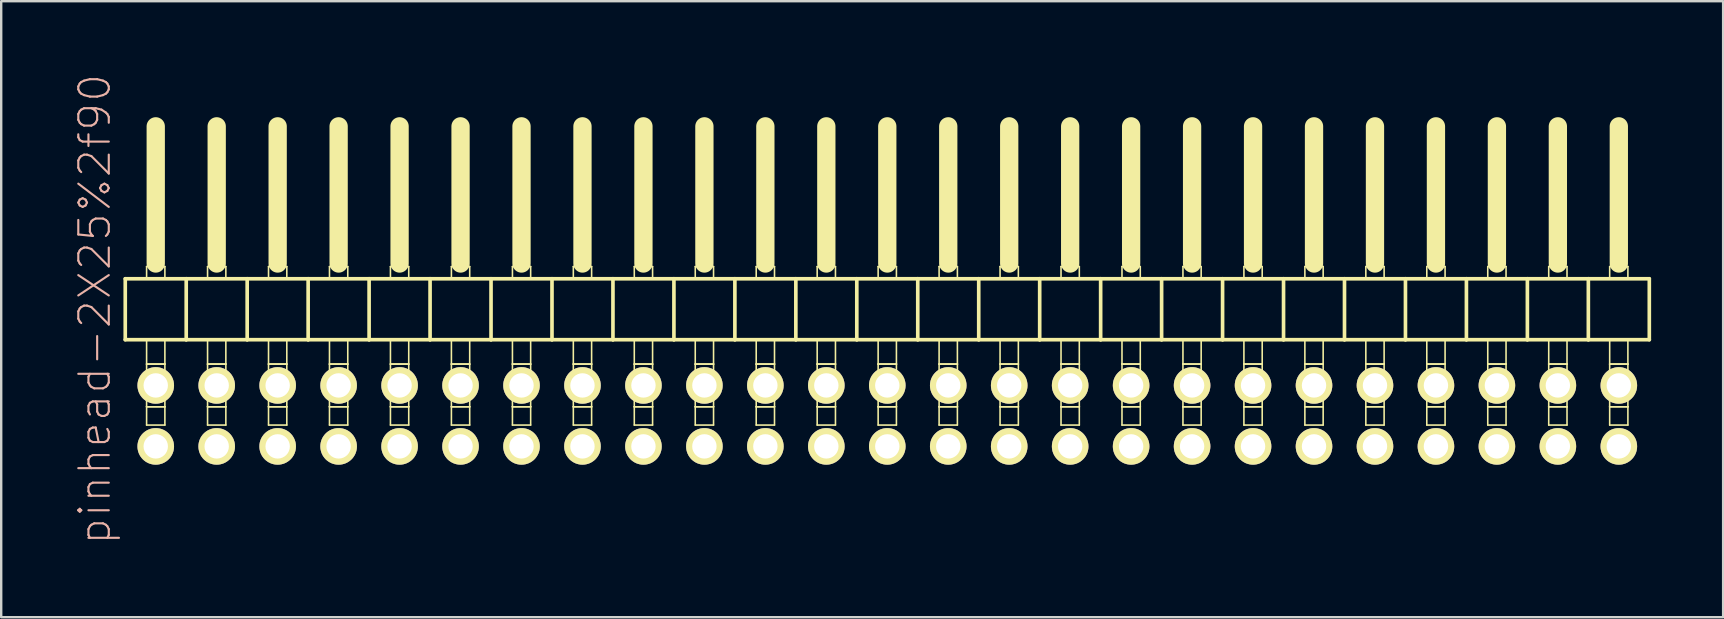
<source format=kicad_pcb>
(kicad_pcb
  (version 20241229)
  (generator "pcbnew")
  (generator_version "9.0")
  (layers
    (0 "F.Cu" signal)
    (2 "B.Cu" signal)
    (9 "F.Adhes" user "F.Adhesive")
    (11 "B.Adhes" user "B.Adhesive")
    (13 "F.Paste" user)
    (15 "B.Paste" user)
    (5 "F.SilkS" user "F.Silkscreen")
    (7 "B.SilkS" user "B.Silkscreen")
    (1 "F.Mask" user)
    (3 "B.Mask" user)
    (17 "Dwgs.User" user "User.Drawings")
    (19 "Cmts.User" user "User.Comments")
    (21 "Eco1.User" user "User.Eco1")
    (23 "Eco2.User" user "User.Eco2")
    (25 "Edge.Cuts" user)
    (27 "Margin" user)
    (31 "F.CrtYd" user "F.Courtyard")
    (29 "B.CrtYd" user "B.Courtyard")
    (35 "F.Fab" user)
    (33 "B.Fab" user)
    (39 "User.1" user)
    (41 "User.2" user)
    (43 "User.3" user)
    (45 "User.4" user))
  (footprint "pinhead-2X25%2f90"
    (layer "F.Cu")
    (at 32.649 9.199)
    (property "Reference" "pinhead-2X25%2f90" (at -31.75 0.635 90) (layer "B.SilkS") (effects (font (size 1.27 1.27) (thickness 0.089))))
    (attr exclude_from_pos_files exclude_from_bom)
    (fp_line (start -30.48 -0.635) (end -30.48 1.905) (stroke (width 0.152) (type solid)) (layer "F.SilkS"))
    (fp_line (start -30.48 1.905) (end -27.94 1.905) (stroke (width 0.152) (type solid)) (layer "F.SilkS"))
    (fp_line (start -29.591 -1.143) (end -28.829 -1.143) (stroke (width 0.066) (type solid)) (layer "F.SilkS"))
    (fp_line (start -29.591 -0.635) (end -29.591 -1.143) (stroke (width 0.066) (type solid)) (layer "F.SilkS"))
    (fp_line (start -29.591 -0.635) (end -28.829 -0.635) (stroke (width 0.066) (type solid)) (layer "F.SilkS"))
    (fp_line (start -29.591 1.905) (end -28.829 1.905) (stroke (width 0.066) (type solid)) (layer "F.SilkS"))
    (fp_line (start -29.591 2.921) (end -29.591 1.905) (stroke (width 0.066) (type solid)) (layer "F.SilkS"))
    (fp_line (start -29.591 2.921) (end -28.829 2.921) (stroke (width 0.066) (type solid)) (layer "F.SilkS"))
    (fp_line (start -29.591 2.921) (end -28.829 2.921) (stroke (width 0.066) (type solid)) (layer "F.SilkS"))
    (fp_line (start -29.591 4.699) (end -29.591 2.921) (stroke (width 0.066) (type solid)) (layer "F.SilkS"))
    (fp_line (start -29.591 4.699) (end -28.829 4.699) (stroke (width 0.066) (type solid)) (layer "F.SilkS"))
    (fp_line (start -29.591 4.699) (end -28.829 4.699) (stroke (width 0.066) (type solid)) (layer "F.SilkS"))
    (fp_line (start -29.591 5.461) (end -29.591 4.699) (stroke (width 0.066) (type solid)) (layer "F.SilkS"))
    (fp_line (start -29.591 5.461) (end -28.829 5.461) (stroke (width 0.066) (type solid)) (layer "F.SilkS"))
    (fp_line (start -29.21 -6.985) (end -29.21 -1.27) (stroke (width 0.762) (type solid)) (layer "F.SilkS"))
    (fp_line (start -28.829 -0.635) (end -28.829 -1.143) (stroke (width 0.066) (type solid)) (layer "F.SilkS"))
    (fp_line (start -28.829 2.921) (end -28.829 1.905) (stroke (width 0.066) (type solid)) (layer "F.SilkS"))
    (fp_line (start -28.829 4.699) (end -28.829 2.921) (stroke (width 0.066) (type solid)) (layer "F.SilkS"))
    (fp_line (start -28.829 5.461) (end -28.829 4.699) (stroke (width 0.066) (type solid)) (layer "F.SilkS"))
    (fp_line (start -27.94 -0.635) (end -30.48 -0.635) (stroke (width 0.152) (type solid)) (layer "F.SilkS"))
    (fp_line (start -27.94 1.905) (end -27.94 -0.635) (stroke (width 0.152) (type solid)) (layer "F.SilkS"))
    (fp_line (start -27.94 1.905) (end -25.4 1.905) (stroke (width 0.152) (type solid)) (layer "F.SilkS"))
    (fp_line (start -27.051 -1.143) (end -26.289 -1.143) (stroke (width 0.066) (type solid)) (layer "F.SilkS"))
    (fp_line (start -27.051 -0.635) (end -27.051 -1.143) (stroke (width 0.066) (type solid)) (layer "F.SilkS"))
    (fp_line (start -27.051 -0.635) (end -26.289 -0.635) (stroke (width 0.066) (type solid)) (layer "F.SilkS"))
    (fp_line (start -27.051 1.905) (end -26.289 1.905) (stroke (width 0.066) (type solid)) (layer "F.SilkS"))
    (fp_line (start -27.051 2.921) (end -27.051 1.905) (stroke (width 0.066) (type solid)) (layer "F.SilkS"))
    (fp_line (start -27.051 2.921) (end -26.289 2.921) (stroke (width 0.066) (type solid)) (layer "F.SilkS"))
    (fp_line (start -27.051 2.921) (end -26.289 2.921) (stroke (width 0.066) (type solid)) (layer "F.SilkS"))
    (fp_line (start -27.051 4.699) (end -27.051 2.921) (stroke (width 0.066) (type solid)) (layer "F.SilkS"))
    (fp_line (start -27.051 4.699) (end -26.289 4.699) (stroke (width 0.066) (type solid)) (layer "F.SilkS"))
    (fp_line (start -27.051 4.699) (end -26.289 4.699) (stroke (width 0.066) (type solid)) (layer "F.SilkS"))
    (fp_line (start -27.051 5.461) (end -27.051 4.699) (stroke (width 0.066) (type solid)) (layer "F.SilkS"))
    (fp_line (start -27.051 5.461) (end -26.289 5.461) (stroke (width 0.066) (type solid)) (layer "F.SilkS"))
    (fp_line (start -26.67 -6.985) (end -26.67 -1.27) (stroke (width 0.762) (type solid)) (layer "F.SilkS"))
    (fp_line (start -26.289 -0.635) (end -26.289 -1.143) (stroke (width 0.066) (type solid)) (layer "F.SilkS"))
    (fp_line (start -26.289 2.921) (end -26.289 1.905) (stroke (width 0.066) (type solid)) (layer "F.SilkS"))
    (fp_line (start -26.289 4.699) (end -26.289 2.921) (stroke (width 0.066) (type solid)) (layer "F.SilkS"))
    (fp_line (start -26.289 5.461) (end -26.289 4.699) (stroke (width 0.066) (type solid)) (layer "F.SilkS"))
    (fp_line (start -25.4 -0.635) (end -27.94 -0.635) (stroke (width 0.152) (type solid)) (layer "F.SilkS"))
    (fp_line (start -25.4 1.905) (end -25.4 -0.635) (stroke (width 0.152) (type solid)) (layer "F.SilkS"))
    (fp_line (start -25.4 1.905) (end -22.86 1.905) (stroke (width 0.152) (type solid)) (layer "F.SilkS"))
    (fp_line (start -24.511 -1.143) (end -23.749 -1.143) (stroke (width 0.066) (type solid)) (layer "F.SilkS"))
    (fp_line (start -24.511 -0.635) (end -24.511 -1.143) (stroke (width 0.066) (type solid)) (layer "F.SilkS"))
    (fp_line (start -24.511 -0.635) (end -23.749 -0.635) (stroke (width 0.066) (type solid)) (layer "F.SilkS"))
    (fp_line (start -24.511 1.905) (end -23.749 1.905) (stroke (width 0.066) (type solid)) (layer "F.SilkS"))
    (fp_line (start -24.511 2.921) (end -24.511 1.905) (stroke (width 0.066) (type solid)) (layer "F.SilkS"))
    (fp_line (start -24.511 2.921) (end -23.749 2.921) (stroke (width 0.066) (type solid)) (layer "F.SilkS"))
    (fp_line (start -24.511 2.921) (end -23.749 2.921) (stroke (width 0.066) (type solid)) (layer "F.SilkS"))
    (fp_line (start -24.511 4.699) (end -24.511 2.921) (stroke (width 0.066) (type solid)) (layer "F.SilkS"))
    (fp_line (start -24.511 4.699) (end -23.749 4.699) (stroke (width 0.066) (type solid)) (layer "F.SilkS"))
    (fp_line (start -24.511 4.699) (end -23.749 4.699) (stroke (width 0.066) (type solid)) (layer "F.SilkS"))
    (fp_line (start -24.511 5.461) (end -24.511 4.699) (stroke (width 0.066) (type solid)) (layer "F.SilkS"))
    (fp_line (start -24.511 5.461) (end -23.749 5.461) (stroke (width 0.066) (type solid)) (layer "F.SilkS"))
    (fp_line (start -24.13 -6.985) (end -24.13 -1.27) (stroke (width 0.762) (type solid)) (layer "F.SilkS"))
    (fp_line (start -23.749 -0.635) (end -23.749 -1.143) (stroke (width 0.066) (type solid)) (layer "F.SilkS"))
    (fp_line (start -23.749 2.921) (end -23.749 1.905) (stroke (width 0.066) (type solid)) (layer "F.SilkS"))
    (fp_line (start -23.749 4.699) (end -23.749 2.921) (stroke (width 0.066) (type solid)) (layer "F.SilkS"))
    (fp_line (start -23.749 5.461) (end -23.749 4.699) (stroke (width 0.066) (type solid)) (layer "F.SilkS"))
    (fp_line (start -22.86 -0.635) (end -25.4 -0.635) (stroke (width 0.152) (type solid)) (layer "F.SilkS"))
    (fp_line (start -22.86 1.905) (end -22.86 -0.635) (stroke (width 0.152) (type solid)) (layer "F.SilkS"))
    (fp_line (start -22.86 1.905) (end -20.32 1.905) (stroke (width 0.152) (type solid)) (layer "F.SilkS"))
    (fp_line (start -21.971 -1.143) (end -21.209 -1.143) (stroke (width 0.066) (type solid)) (layer "F.SilkS"))
    (fp_line (start -21.971 -0.635) (end -21.971 -1.143) (stroke (width 0.066) (type solid)) (layer "F.SilkS"))
    (fp_line (start -21.971 -0.635) (end -21.209 -0.635) (stroke (width 0.066) (type solid)) (layer "F.SilkS"))
    (fp_line (start -21.971 1.905) (end -21.209 1.905) (stroke (width 0.066) (type solid)) (layer "F.SilkS"))
    (fp_line (start -21.971 2.921) (end -21.971 1.905) (stroke (width 0.066) (type solid)) (layer "F.SilkS"))
    (fp_line (start -21.971 2.921) (end -21.209 2.921) (stroke (width 0.066) (type solid)) (layer "F.SilkS"))
    (fp_line (start -21.971 2.921) (end -21.209 2.921) (stroke (width 0.066) (type solid)) (layer "F.SilkS"))
    (fp_line (start -21.971 4.699) (end -21.971 2.921) (stroke (width 0.066) (type solid)) (layer "F.SilkS"))
    (fp_line (start -21.971 4.699) (end -21.209 4.699) (stroke (width 0.066) (type solid)) (layer "F.SilkS"))
    (fp_line (start -21.971 4.699) (end -21.209 4.699) (stroke (width 0.066) (type solid)) (layer "F.SilkS"))
    (fp_line (start -21.971 5.461) (end -21.971 4.699) (stroke (width 0.066) (type solid)) (layer "F.SilkS"))
    (fp_line (start -21.971 5.461) (end -21.209 5.461) (stroke (width 0.066) (type solid)) (layer "F.SilkS"))
    (fp_line (start -21.59 -6.985) (end -21.59 -1.27) (stroke (width 0.762) (type solid)) (layer "F.SilkS"))
    (fp_line (start -21.209 -0.635) (end -21.209 -1.143) (stroke (width 0.066) (type solid)) (layer "F.SilkS"))
    (fp_line (start -21.209 2.921) (end -21.209 1.905) (stroke (width 0.066) (type solid)) (layer "F.SilkS"))
    (fp_line (start -21.209 4.699) (end -21.209 2.921) (stroke (width 0.066) (type solid)) (layer "F.SilkS"))
    (fp_line (start -21.209 5.461) (end -21.209 4.699) (stroke (width 0.066) (type solid)) (layer "F.SilkS"))
    (fp_line (start -20.32 -0.635) (end -22.86 -0.635) (stroke (width 0.152) (type solid)) (layer "F.SilkS"))
    (fp_line (start -20.32 1.905) (end -20.32 -0.635) (stroke (width 0.152) (type solid)) (layer "F.SilkS"))
    (fp_line (start -20.32 1.905) (end -17.78 1.905) (stroke (width 0.152) (type solid)) (layer "F.SilkS"))
    (fp_line (start -19.431 -1.143) (end -18.669 -1.143) (stroke (width 0.066) (type solid)) (layer "F.SilkS"))
    (fp_line (start -19.431 -0.635) (end -19.431 -1.143) (stroke (width 0.066) (type solid)) (layer "F.SilkS"))
    (fp_line (start -19.431 -0.635) (end -18.669 -0.635) (stroke (width 0.066) (type solid)) (layer "F.SilkS"))
    (fp_line (start -19.431 1.905) (end -18.669 1.905) (stroke (width 0.066) (type solid)) (layer "F.SilkS"))
    (fp_line (start -19.431 2.921) (end -19.431 1.905) (stroke (width 0.066) (type solid)) (layer "F.SilkS"))
    (fp_line (start -19.431 2.921) (end -18.669 2.921) (stroke (width 0.066) (type solid)) (layer "F.SilkS"))
    (fp_line (start -19.431 2.921) (end -18.669 2.921) (stroke (width 0.066) (type solid)) (layer "F.SilkS"))
    (fp_line (start -19.431 4.699) (end -19.431 2.921) (stroke (width 0.066) (type solid)) (layer "F.SilkS"))
    (fp_line (start -19.431 4.699) (end -18.669 4.699) (stroke (width 0.066) (type solid)) (layer "F.SilkS"))
    (fp_line (start -19.431 4.699) (end -18.669 4.699) (stroke (width 0.066) (type solid)) (layer "F.SilkS"))
    (fp_line (start -19.431 5.461) (end -19.431 4.699) (stroke (width 0.066) (type solid)) (layer "F.SilkS"))
    (fp_line (start -19.431 5.461) (end -18.669 5.461) (stroke (width 0.066) (type solid)) (layer "F.SilkS"))
    (fp_line (start -19.05 -6.985) (end -19.05 -1.27) (stroke (width 0.762) (type solid)) (layer "F.SilkS"))
    (fp_line (start -18.669 -0.635) (end -18.669 -1.143) (stroke (width 0.066) (type solid)) (layer "F.SilkS"))
    (fp_line (start -18.669 2.921) (end -18.669 1.905) (stroke (width 0.066) (type solid)) (layer "F.SilkS"))
    (fp_line (start -18.669 4.699) (end -18.669 2.921) (stroke (width 0.066) (type solid)) (layer "F.SilkS"))
    (fp_line (start -18.669 5.461) (end -18.669 4.699) (stroke (width 0.066) (type solid)) (layer "F.SilkS"))
    (fp_line (start -17.78 -0.635) (end -20.32 -0.635) (stroke (width 0.152) (type solid)) (layer "F.SilkS"))
    (fp_line (start -17.78 1.905) (end -17.78 -0.635) (stroke (width 0.152) (type solid)) (layer "F.SilkS"))
    (fp_line (start -17.78 1.905) (end -15.24 1.905) (stroke (width 0.152) (type solid)) (layer "F.SilkS"))
    (fp_line (start -16.891 -1.143) (end -16.129 -1.143) (stroke (width 0.066) (type solid)) (layer "F.SilkS"))
    (fp_line (start -16.891 -0.635) (end -16.891 -1.143) (stroke (width 0.066) (type solid)) (layer "F.SilkS"))
    (fp_line (start -16.891 -0.635) (end -16.129 -0.635) (stroke (width 0.066) (type solid)) (layer "F.SilkS"))
    (fp_line (start -16.891 1.905) (end -16.129 1.905) (stroke (width 0.066) (type solid)) (layer "F.SilkS"))
    (fp_line (start -16.891 2.921) (end -16.891 1.905) (stroke (width 0.066) (type solid)) (layer "F.SilkS"))
    (fp_line (start -16.891 2.921) (end -16.129 2.921) (stroke (width 0.066) (type solid)) (layer "F.SilkS"))
    (fp_line (start -16.891 2.921) (end -16.129 2.921) (stroke (width 0.066) (type solid)) (layer "F.SilkS"))
    (fp_line (start -16.891 4.699) (end -16.891 2.921) (stroke (width 0.066) (type solid)) (layer "F.SilkS"))
    (fp_line (start -16.891 4.699) (end -16.129 4.699) (stroke (width 0.066) (type solid)) (layer "F.SilkS"))
    (fp_line (start -16.891 4.699) (end -16.129 4.699) (stroke (width 0.066) (type solid)) (layer "F.SilkS"))
    (fp_line (start -16.891 5.461) (end -16.891 4.699) (stroke (width 0.066) (type solid)) (layer "F.SilkS"))
    (fp_line (start -16.891 5.461) (end -16.129 5.461) (stroke (width 0.066) (type solid)) (layer "F.SilkS"))
    (fp_line (start -16.51 -6.985) (end -16.51 -1.27) (stroke (width 0.762) (type solid)) (layer "F.SilkS"))
    (fp_line (start -16.129 -0.635) (end -16.129 -1.143) (stroke (width 0.066) (type solid)) (layer "F.SilkS"))
    (fp_line (start -16.129 2.921) (end -16.129 1.905) (stroke (width 0.066) (type solid)) (layer "F.SilkS"))
    (fp_line (start -16.129 4.699) (end -16.129 2.921) (stroke (width 0.066) (type solid)) (layer "F.SilkS"))
    (fp_line (start -16.129 5.461) (end -16.129 4.699) (stroke (width 0.066) (type solid)) (layer "F.SilkS"))
    (fp_line (start -15.24 -0.635) (end -17.78 -0.635) (stroke (width 0.152) (type solid)) (layer "F.SilkS"))
    (fp_line (start -15.24 1.905) (end -15.24 -0.635) (stroke (width 0.152) (type solid)) (layer "F.SilkS"))
    (fp_line (start -15.24 1.905) (end -12.7 1.905) (stroke (width 0.152) (type solid)) (layer "F.SilkS"))
    (fp_line (start -14.348 -1.143) (end -13.589 -1.143) (stroke (width 0.066) (type solid)) (layer "F.SilkS"))
    (fp_line (start -14.348 -0.635) (end -14.348 -1.143) (stroke (width 0.066) (type solid)) (layer "F.SilkS"))
    (fp_line (start -14.348 -0.635) (end -13.589 -0.635) (stroke (width 0.066) (type solid)) (layer "F.SilkS"))
    (fp_line (start -14.348 1.905) (end -13.589 1.905) (stroke (width 0.066) (type solid)) (layer "F.SilkS"))
    (fp_line (start -14.348 2.921) (end -14.348 1.905) (stroke (width 0.066) (type solid)) (layer "F.SilkS"))
    (fp_line (start -14.348 2.921) (end -13.589 2.921) (stroke (width 0.066) (type solid)) (layer "F.SilkS"))
    (fp_line (start -14.348 2.921) (end -13.589 2.921) (stroke (width 0.066) (type solid)) (layer "F.SilkS"))
    (fp_line (start -14.348 4.699) (end -14.348 2.921) (stroke (width 0.066) (type solid)) (layer "F.SilkS"))
    (fp_line (start -14.348 4.699) (end -13.589 4.699) (stroke (width 0.066) (type solid)) (layer "F.SilkS"))
    (fp_line (start -14.348 4.699) (end -13.589 4.699) (stroke (width 0.066) (type solid)) (layer "F.SilkS"))
    (fp_line (start -14.348 5.461) (end -14.348 4.699) (stroke (width 0.066) (type solid)) (layer "F.SilkS"))
    (fp_line (start -14.348 5.461) (end -13.589 5.461) (stroke (width 0.066) (type solid)) (layer "F.SilkS"))
    (fp_line (start -13.97 -6.985) (end -13.97 -1.27) (stroke (width 0.762) (type solid)) (layer "F.SilkS"))
    (fp_line (start -13.589 -0.635) (end -13.589 -1.143) (stroke (width 0.066) (type solid)) (layer "F.SilkS"))
    (fp_line (start -13.589 2.921) (end -13.589 1.905) (stroke (width 0.066) (type solid)) (layer "F.SilkS"))
    (fp_line (start -13.589 4.699) (end -13.589 2.921) (stroke (width 0.066) (type solid)) (layer "F.SilkS"))
    (fp_line (start -13.589 5.461) (end -13.589 4.699) (stroke (width 0.066) (type solid)) (layer "F.SilkS"))
    (fp_line (start -12.7 -0.635) (end -15.24 -0.635) (stroke (width 0.152) (type solid)) (layer "F.SilkS"))
    (fp_line (start -12.7 1.905) (end -12.7 -0.635) (stroke (width 0.152) (type solid)) (layer "F.SilkS"))
    (fp_line (start -12.7 1.905) (end -10.16 1.905) (stroke (width 0.152) (type solid)) (layer "F.SilkS"))
    (fp_line (start -11.811 -1.143) (end -11.049 -1.143) (stroke (width 0.066) (type solid)) (layer "F.SilkS"))
    (fp_line (start -11.811 -0.635) (end -11.811 -1.143) (stroke (width 0.066) (type solid)) (layer "F.SilkS"))
    (fp_line (start -11.811 -0.635) (end -11.049 -0.635) (stroke (width 0.066) (type solid)) (layer "F.SilkS"))
    (fp_line (start -11.811 1.905) (end -11.049 1.905) (stroke (width 0.066) (type solid)) (layer "F.SilkS"))
    (fp_line (start -11.811 2.921) (end -11.811 1.905) (stroke (width 0.066) (type solid)) (layer "F.SilkS"))
    (fp_line (start -11.811 2.921) (end -11.049 2.921) (stroke (width 0.066) (type solid)) (layer "F.SilkS"))
    (fp_line (start -11.811 2.921) (end -11.049 2.921) (stroke (width 0.066) (type solid)) (layer "F.SilkS"))
    (fp_line (start -11.811 4.699) (end -11.811 2.921) (stroke (width 0.066) (type solid)) (layer "F.SilkS"))
    (fp_line (start -11.811 4.699) (end -11.049 4.699) (stroke (width 0.066) (type solid)) (layer "F.SilkS"))
    (fp_line (start -11.811 4.699) (end -11.049 4.699) (stroke (width 0.066) (type solid)) (layer "F.SilkS"))
    (fp_line (start -11.811 5.461) (end -11.811 4.699) (stroke (width 0.066) (type solid)) (layer "F.SilkS"))
    (fp_line (start -11.811 5.461) (end -11.049 5.461) (stroke (width 0.066) (type solid)) (layer "F.SilkS"))
    (fp_line (start -11.43 -6.985) (end -11.43 -1.27) (stroke (width 0.762) (type solid)) (layer "F.SilkS"))
    (fp_line (start -11.049 -0.635) (end -11.049 -1.143) (stroke (width 0.066) (type solid)) (layer "F.SilkS"))
    (fp_line (start -11.049 2.921) (end -11.049 1.905) (stroke (width 0.066) (type solid)) (layer "F.SilkS"))
    (fp_line (start -11.049 4.699) (end -11.049 2.921) (stroke (width 0.066) (type solid)) (layer "F.SilkS"))
    (fp_line (start -11.049 5.461) (end -11.049 4.699) (stroke (width 0.066) (type solid)) (layer "F.SilkS"))
    (fp_line (start -10.16 -0.635) (end -12.7 -0.635) (stroke (width 0.152) (type solid)) (layer "F.SilkS"))
    (fp_line (start -10.16 1.905) (end -10.16 -0.635) (stroke (width 0.152) (type solid)) (layer "F.SilkS"))
    (fp_line (start -10.16 1.905) (end -7.62 1.905) (stroke (width 0.152) (type solid)) (layer "F.SilkS"))
    (fp_line (start -9.271 -1.143) (end -8.509 -1.143) (stroke (width 0.066) (type solid)) (layer "F.SilkS"))
    (fp_line (start -9.271 -0.635) (end -9.271 -1.143) (stroke (width 0.066) (type solid)) (layer "F.SilkS"))
    (fp_line (start -9.271 -0.635) (end -8.509 -0.635) (stroke (width 0.066) (type solid)) (layer "F.SilkS"))
    (fp_line (start -9.271 1.905) (end -8.509 1.905) (stroke (width 0.066) (type solid)) (layer "F.SilkS"))
    (fp_line (start -9.271 2.921) (end -9.271 1.905) (stroke (width 0.066) (type solid)) (layer "F.SilkS"))
    (fp_line (start -9.271 2.921) (end -8.509 2.921) (stroke (width 0.066) (type solid)) (layer "F.SilkS"))
    (fp_line (start -9.271 2.921) (end -8.509 2.921) (stroke (width 0.066) (type solid)) (layer "F.SilkS"))
    (fp_line (start -9.271 4.699) (end -9.271 2.921) (stroke (width 0.066) (type solid)) (layer "F.SilkS"))
    (fp_line (start -9.271 4.699) (end -8.509 4.699) (stroke (width 0.066) (type solid)) (layer "F.SilkS"))
    (fp_line (start -9.271 4.699) (end -8.509 4.699) (stroke (width 0.066) (type solid)) (layer "F.SilkS"))
    (fp_line (start -9.271 5.461) (end -9.271 4.699) (stroke (width 0.066) (type solid)) (layer "F.SilkS"))
    (fp_line (start -9.271 5.461) (end -8.509 5.461) (stroke (width 0.066) (type solid)) (layer "F.SilkS"))
    (fp_line (start -8.89 -6.985) (end -8.89 -1.27) (stroke (width 0.762) (type solid)) (layer "F.SilkS"))
    (fp_line (start -8.509 -0.635) (end -8.509 -1.143) (stroke (width 0.066) (type solid)) (layer "F.SilkS"))
    (fp_line (start -8.509 2.921) (end -8.509 1.905) (stroke (width 0.066) (type solid)) (layer "F.SilkS"))
    (fp_line (start -8.509 4.699) (end -8.509 2.921) (stroke (width 0.066) (type solid)) (layer "F.SilkS"))
    (fp_line (start -8.509 5.461) (end -8.509 4.699) (stroke (width 0.066) (type solid)) (layer "F.SilkS"))
    (fp_line (start -7.62 -0.635) (end -10.16 -0.635) (stroke (width 0.152) (type solid)) (layer "F.SilkS"))
    (fp_line (start -7.62 1.905) (end -7.62 -0.635) (stroke (width 0.152) (type solid)) (layer "F.SilkS"))
    (fp_line (start -7.62 1.905) (end -5.08 1.905) (stroke (width 0.152) (type solid)) (layer "F.SilkS"))
    (fp_line (start -6.731 -1.143) (end -5.969 -1.143) (stroke (width 0.066) (type solid)) (layer "F.SilkS"))
    (fp_line (start -6.731 -0.635) (end -6.731 -1.143) (stroke (width 0.066) (type solid)) (layer "F.SilkS"))
    (fp_line (start -6.731 -0.635) (end -5.969 -0.635) (stroke (width 0.066) (type solid)) (layer "F.SilkS"))
    (fp_line (start -6.731 1.905) (end -5.969 1.905) (stroke (width 0.066) (type solid)) (layer "F.SilkS"))
    (fp_line (start -6.731 2.921) (end -6.731 1.905) (stroke (width 0.066) (type solid)) (layer "F.SilkS"))
    (fp_line (start -6.731 2.921) (end -5.969 2.921) (stroke (width 0.066) (type solid)) (layer "F.SilkS"))
    (fp_line (start -6.731 2.921) (end -5.969 2.921) (stroke (width 0.066) (type solid)) (layer "F.SilkS"))
    (fp_line (start -6.731 4.699) (end -6.731 2.921) (stroke (width 0.066) (type solid)) (layer "F.SilkS"))
    (fp_line (start -6.731 4.699) (end -5.969 4.699) (stroke (width 0.066) (type solid)) (layer "F.SilkS"))
    (fp_line (start -6.731 4.699) (end -5.969 4.699) (stroke (width 0.066) (type solid)) (layer "F.SilkS"))
    (fp_line (start -6.731 5.461) (end -6.731 4.699) (stroke (width 0.066) (type solid)) (layer "F.SilkS"))
    (fp_line (start -6.731 5.461) (end -5.969 5.461) (stroke (width 0.066) (type solid)) (layer "F.SilkS"))
    (fp_line (start -6.35 -6.985) (end -6.35 -1.27) (stroke (width 0.762) (type solid)) (layer "F.SilkS"))
    (fp_line (start -5.969 -0.635) (end -5.969 -1.143) (stroke (width 0.066) (type solid)) (layer "F.SilkS"))
    (fp_line (start -5.969 2.921) (end -5.969 1.905) (stroke (width 0.066) (type solid)) (layer "F.SilkS"))
    (fp_line (start -5.969 4.699) (end -5.969 2.921) (stroke (width 0.066) (type solid)) (layer "F.SilkS"))
    (fp_line (start -5.969 5.461) (end -5.969 4.699) (stroke (width 0.066) (type solid)) (layer "F.SilkS"))
    (fp_line (start -5.08 -0.635) (end -7.62 -0.635) (stroke (width 0.152) (type solid)) (layer "F.SilkS"))
    (fp_line (start -5.08 1.905) (end -5.08 -0.635) (stroke (width 0.152) (type solid)) (layer "F.SilkS"))
    (fp_line (start -5.08 1.905) (end -2.54 1.905) (stroke (width 0.152) (type solid)) (layer "F.SilkS"))
    (fp_line (start -4.191 -1.143) (end -3.429 -1.143) (stroke (width 0.066) (type solid)) (layer "F.SilkS"))
    (fp_line (start -4.191 -0.635) (end -4.191 -1.143) (stroke (width 0.066) (type solid)) (layer "F.SilkS"))
    (fp_line (start -4.191 -0.635) (end -3.429 -0.635) (stroke (width 0.066) (type solid)) (layer "F.SilkS"))
    (fp_line (start -4.191 1.905) (end -3.429 1.905) (stroke (width 0.066) (type solid)) (layer "F.SilkS"))
    (fp_line (start -4.191 2.921) (end -4.191 1.905) (stroke (width 0.066) (type solid)) (layer "F.SilkS"))
    (fp_line (start -4.191 2.921) (end -3.429 2.921) (stroke (width 0.066) (type solid)) (layer "F.SilkS"))
    (fp_line (start -4.191 2.921) (end -3.429 2.921) (stroke (width 0.066) (type solid)) (layer "F.SilkS"))
    (fp_line (start -4.191 4.699) (end -4.191 2.921) (stroke (width 0.066) (type solid)) (layer "F.SilkS"))
    (fp_line (start -4.191 4.699) (end -3.429 4.699) (stroke (width 0.066) (type solid)) (layer "F.SilkS"))
    (fp_line (start -4.191 4.699) (end -3.429 4.699) (stroke (width 0.066) (type solid)) (layer "F.SilkS"))
    (fp_line (start -4.191 5.461) (end -4.191 4.699) (stroke (width 0.066) (type solid)) (layer "F.SilkS"))
    (fp_line (start -4.191 5.461) (end -3.429 5.461) (stroke (width 0.066) (type solid)) (layer "F.SilkS"))
    (fp_line (start -3.81 -6.985) (end -3.81 -1.27) (stroke (width 0.762) (type solid)) (layer "F.SilkS"))
    (fp_line (start -3.429 -0.635) (end -3.429 -1.143) (stroke (width 0.066) (type solid)) (layer "F.SilkS"))
    (fp_line (start -3.429 2.921) (end -3.429 1.905) (stroke (width 0.066) (type solid)) (layer "F.SilkS"))
    (fp_line (start -3.429 4.699) (end -3.429 2.921) (stroke (width 0.066) (type solid)) (layer "F.SilkS"))
    (fp_line (start -3.429 5.461) (end -3.429 4.699) (stroke (width 0.066) (type solid)) (layer "F.SilkS"))
    (fp_line (start -2.54 -0.635) (end -5.08 -0.635) (stroke (width 0.152) (type solid)) (layer "F.SilkS"))
    (fp_line (start -2.54 1.905) (end -2.54 -0.635) (stroke (width 0.152) (type solid)) (layer "F.SilkS"))
    (fp_line (start -2.54 1.905) (end 0 1.905) (stroke (width 0.152) (type solid)) (layer "F.SilkS"))
    (fp_line (start -1.651 -1.143) (end -0.889 -1.143) (stroke (width 0.066) (type solid)) (layer "F.SilkS"))
    (fp_line (start -1.651 -0.635) (end -1.651 -1.143) (stroke (width 0.066) (type solid)) (layer "F.SilkS"))
    (fp_line (start -1.651 -0.635) (end -0.889 -0.635) (stroke (width 0.066) (type solid)) (layer "F.SilkS"))
    (fp_line (start -1.651 1.905) (end -0.889 1.905) (stroke (width 0.066) (type solid)) (layer "F.SilkS"))
    (fp_line (start -1.651 2.921) (end -1.651 1.905) (stroke (width 0.066) (type solid)) (layer "F.SilkS"))
    (fp_line (start -1.651 2.921) (end -0.889 2.921) (stroke (width 0.066) (type solid)) (layer "F.SilkS"))
    (fp_line (start -1.651 2.921) (end -0.889 2.921) (stroke (width 0.066) (type solid)) (layer "F.SilkS"))
    (fp_line (start -1.651 4.699) (end -1.651 2.921) (stroke (width 0.066) (type solid)) (layer "F.SilkS"))
    (fp_line (start -1.651 4.699) (end -0.889 4.699) (stroke (width 0.066) (type solid)) (layer "F.SilkS"))
    (fp_line (start -1.651 4.699) (end -0.889 4.699) (stroke (width 0.066) (type solid)) (layer "F.SilkS"))
    (fp_line (start -1.651 5.461) (end -1.651 4.699) (stroke (width 0.066) (type solid)) (layer "F.SilkS"))
    (fp_line (start -1.651 5.461) (end -0.889 5.461) (stroke (width 0.066) (type solid)) (layer "F.SilkS"))
    (fp_line (start -1.27 -6.985) (end -1.27 -1.27) (stroke (width 0.762) (type solid)) (layer "F.SilkS"))
    (fp_line (start -0.889 -0.635) (end -0.889 -1.143) (stroke (width 0.066) (type solid)) (layer "F.SilkS"))
    (fp_line (start -0.889 2.921) (end -0.889 1.905) (stroke (width 0.066) (type solid)) (layer "F.SilkS"))
    (fp_line (start -0.889 4.699) (end -0.889 2.921) (stroke (width 0.066) (type solid)) (layer "F.SilkS"))
    (fp_line (start -0.889 5.461) (end -0.889 4.699) (stroke (width 0.066) (type solid)) (layer "F.SilkS"))
    (fp_line (start 0 -0.635) (end -2.54 -0.635) (stroke (width 0.152) (type solid)) (layer "F.SilkS"))
    (fp_line (start 0 1.905) (end 0 -0.635) (stroke (width 0.152) (type solid)) (layer "F.SilkS"))
    (fp_line (start 0 1.905) (end 2.54 1.905) (stroke (width 0.152) (type solid)) (layer "F.SilkS"))
    (fp_line (start 0.889 -1.143) (end 1.651 -1.143) (stroke (width 0.066) (type solid)) (layer "F.SilkS"))
    (fp_line (start 0.889 -0.635) (end 0.889 -1.143) (stroke (width 0.066) (type solid)) (layer "F.SilkS"))
    (fp_line (start 0.889 -0.635) (end 1.651 -0.635) (stroke (width 0.066) (type solid)) (layer "F.SilkS"))
    (fp_line (start 0.889 1.905) (end 1.651 1.905) (stroke (width 0.066) (type solid)) (layer "F.SilkS"))
    (fp_line (start 0.889 2.921) (end 0.889 1.905) (stroke (width 0.066) (type solid)) (layer "F.SilkS"))
    (fp_line (start 0.889 2.921) (end 1.651 2.921) (stroke (width 0.066) (type solid)) (layer "F.SilkS"))
    (fp_line (start 0.889 2.921) (end 1.651 2.921) (stroke (width 0.066) (type solid)) (layer "F.SilkS"))
    (fp_line (start 0.889 4.699) (end 0.889 2.921) (stroke (width 0.066) (type solid)) (layer "F.SilkS"))
    (fp_line (start 0.889 4.699) (end 1.651 4.699) (stroke (width 0.066) (type solid)) (layer "F.SilkS"))
    (fp_line (start 0.889 4.699) (end 1.651 4.699) (stroke (width 0.066) (type solid)) (layer "F.SilkS"))
    (fp_line (start 0.889 5.461) (end 0.889 4.699) (stroke (width 0.066) (type solid)) (layer "F.SilkS"))
    (fp_line (start 0.889 5.461) (end 1.651 5.461) (stroke (width 0.066) (type solid)) (layer "F.SilkS"))
    (fp_line (start 1.27 -6.985) (end 1.27 -1.27) (stroke (width 0.762) (type solid)) (layer "F.SilkS"))
    (fp_line (start 1.651 -0.635) (end 1.651 -1.143) (stroke (width 0.066) (type solid)) (layer "F.SilkS"))
    (fp_line (start 1.651 2.921) (end 1.651 1.905) (stroke (width 0.066) (type solid)) (layer "F.SilkS"))
    (fp_line (start 1.651 4.699) (end 1.651 2.921) (stroke (width 0.066) (type solid)) (layer "F.SilkS"))
    (fp_line (start 1.651 5.461) (end 1.651 4.699) (stroke (width 0.066) (type solid)) (layer "F.SilkS"))
    (fp_line (start 2.54 -0.635) (end 0 -0.635) (stroke (width 0.152) (type solid)) (layer "F.SilkS"))
    (fp_line (start 2.54 1.905) (end 2.54 -0.635) (stroke (width 0.152) (type solid)) (layer "F.SilkS"))
    (fp_line (start 2.54 1.905) (end 5.08 1.905) (stroke (width 0.152) (type solid)) (layer "F.SilkS"))
    (fp_line (start 3.429 -1.143) (end 4.191 -1.143) (stroke (width 0.066) (type solid)) (layer "F.SilkS"))
    (fp_line (start 3.429 -0.635) (end 3.429 -1.143) (stroke (width 0.066) (type solid)) (layer "F.SilkS"))
    (fp_line (start 3.429 -0.635) (end 4.191 -0.635) (stroke (width 0.066) (type solid)) (layer "F.SilkS"))
    (fp_line (start 3.429 1.905) (end 4.191 1.905) (stroke (width 0.066) (type solid)) (layer "F.SilkS"))
    (fp_line (start 3.429 2.921) (end 3.429 1.905) (stroke (width 0.066) (type solid)) (layer "F.SilkS"))
    (fp_line (start 3.429 2.921) (end 4.191 2.921) (stroke (width 0.066) (type solid)) (layer "F.SilkS"))
    (fp_line (start 3.429 2.921) (end 4.191 2.921) (stroke (width 0.066) (type solid)) (layer "F.SilkS"))
    (fp_line (start 3.429 4.699) (end 3.429 2.921) (stroke (width 0.066) (type solid)) (layer "F.SilkS"))
    (fp_line (start 3.429 4.699) (end 4.191 4.699) (stroke (width 0.066) (type solid)) (layer "F.SilkS"))
    (fp_line (start 3.429 4.699) (end 4.191 4.699) (stroke (width 0.066) (type solid)) (layer "F.SilkS"))
    (fp_line (start 3.429 5.461) (end 3.429 4.699) (stroke (width 0.066) (type solid)) (layer "F.SilkS"))
    (fp_line (start 3.429 5.461) (end 4.191 5.461) (stroke (width 0.066) (type solid)) (layer "F.SilkS"))
    (fp_line (start 3.81 -6.985) (end 3.81 -1.27) (stroke (width 0.762) (type solid)) (layer "F.SilkS"))
    (fp_line (start 4.191 -0.635) (end 4.191 -1.143) (stroke (width 0.066) (type solid)) (layer "F.SilkS"))
    (fp_line (start 4.191 2.921) (end 4.191 1.905) (stroke (width 0.066) (type solid)) (layer "F.SilkS"))
    (fp_line (start 4.191 4.699) (end 4.191 2.921) (stroke (width 0.066) (type solid)) (layer "F.SilkS"))
    (fp_line (start 4.191 5.461) (end 4.191 4.699) (stroke (width 0.066) (type solid)) (layer "F.SilkS"))
    (fp_line (start 5.08 -0.635) (end 2.54 -0.635) (stroke (width 0.152) (type solid)) (layer "F.SilkS"))
    (fp_line (start 5.08 1.905) (end 5.08 -0.635) (stroke (width 0.152) (type solid)) (layer "F.SilkS"))
    (fp_line (start 5.08 1.905) (end 7.62 1.905) (stroke (width 0.152) (type solid)) (layer "F.SilkS"))
    (fp_line (start 5.969 -1.143) (end 6.731 -1.143) (stroke (width 0.066) (type solid)) (layer "F.SilkS"))
    (fp_line (start 5.969 -0.635) (end 5.969 -1.143) (stroke (width 0.066) (type solid)) (layer "F.SilkS"))
    (fp_line (start 5.969 -0.635) (end 6.731 -0.635) (stroke (width 0.066) (type solid)) (layer "F.SilkS"))
    (fp_line (start 5.969 1.905) (end 6.731 1.905) (stroke (width 0.066) (type solid)) (layer "F.SilkS"))
    (fp_line (start 5.969 2.921) (end 5.969 1.905) (stroke (width 0.066) (type solid)) (layer "F.SilkS"))
    (fp_line (start 5.969 2.921) (end 6.731 2.921) (stroke (width 0.066) (type solid)) (layer "F.SilkS"))
    (fp_line (start 5.969 2.921) (end 6.731 2.921) (stroke (width 0.066) (type solid)) (layer "F.SilkS"))
    (fp_line (start 5.969 4.699) (end 5.969 2.921) (stroke (width 0.066) (type solid)) (layer "F.SilkS"))
    (fp_line (start 5.969 4.699) (end 6.731 4.699) (stroke (width 0.066) (type solid)) (layer "F.SilkS"))
    (fp_line (start 5.969 4.699) (end 6.731 4.699) (stroke (width 0.066) (type solid)) (layer "F.SilkS"))
    (fp_line (start 5.969 5.461) (end 5.969 4.699) (stroke (width 0.066) (type solid)) (layer "F.SilkS"))
    (fp_line (start 5.969 5.461) (end 6.731 5.461) (stroke (width 0.066) (type solid)) (layer "F.SilkS"))
    (fp_line (start 6.35 -6.985) (end 6.35 -1.27) (stroke (width 0.762) (type solid)) (layer "F.SilkS"))
    (fp_line (start 6.731 -0.635) (end 6.731 -1.143) (stroke (width 0.066) (type solid)) (layer "F.SilkS"))
    (fp_line (start 6.731 2.921) (end 6.731 1.905) (stroke (width 0.066) (type solid)) (layer "F.SilkS"))
    (fp_line (start 6.731 4.699) (end 6.731 2.921) (stroke (width 0.066) (type solid)) (layer "F.SilkS"))
    (fp_line (start 6.731 5.461) (end 6.731 4.699) (stroke (width 0.066) (type solid)) (layer "F.SilkS"))
    (fp_line (start 7.62 -0.635) (end 5.08 -0.635) (stroke (width 0.152) (type solid)) (layer "F.SilkS"))
    (fp_line (start 7.62 1.905) (end 7.62 -0.635) (stroke (width 0.152) (type solid)) (layer "F.SilkS"))
    (fp_line (start 7.62 1.905) (end 10.16 1.905) (stroke (width 0.152) (type solid)) (layer "F.SilkS"))
    (fp_line (start 8.509 -1.143) (end 9.271 -1.143) (stroke (width 0.066) (type solid)) (layer "F.SilkS"))
    (fp_line (start 8.509 -0.635) (end 8.509 -1.143) (stroke (width 0.066) (type solid)) (layer "F.SilkS"))
    (fp_line (start 8.509 -0.635) (end 9.271 -0.635) (stroke (width 0.066) (type solid)) (layer "F.SilkS"))
    (fp_line (start 8.509 1.905) (end 9.271 1.905) (stroke (width 0.066) (type solid)) (layer "F.SilkS"))
    (fp_line (start 8.509 2.921) (end 8.509 1.905) (stroke (width 0.066) (type solid)) (layer "F.SilkS"))
    (fp_line (start 8.509 2.921) (end 9.271 2.921) (stroke (width 0.066) (type solid)) (layer "F.SilkS"))
    (fp_line (start 8.509 2.921) (end 9.271 2.921) (stroke (width 0.066) (type solid)) (layer "F.SilkS"))
    (fp_line (start 8.509 4.699) (end 8.509 2.921) (stroke (width 0.066) (type solid)) (layer "F.SilkS"))
    (fp_line (start 8.509 4.699) (end 9.271 4.699) (stroke (width 0.066) (type solid)) (layer "F.SilkS"))
    (fp_line (start 8.509 4.699) (end 9.271 4.699) (stroke (width 0.066) (type solid)) (layer "F.SilkS"))
    (fp_line (start 8.509 5.461) (end 8.509 4.699) (stroke (width 0.066) (type solid)) (layer "F.SilkS"))
    (fp_line (start 8.509 5.461) (end 9.271 5.461) (stroke (width 0.066) (type solid)) (layer "F.SilkS"))
    (fp_line (start 8.89 -6.985) (end 8.89 -1.27) (stroke (width 0.762) (type solid)) (layer "F.SilkS"))
    (fp_line (start 9.271 -0.635) (end 9.271 -1.143) (stroke (width 0.066) (type solid)) (layer "F.SilkS"))
    (fp_line (start 9.271 2.921) (end 9.271 1.905) (stroke (width 0.066) (type solid)) (layer "F.SilkS"))
    (fp_line (start 9.271 4.699) (end 9.271 2.921) (stroke (width 0.066) (type solid)) (layer "F.SilkS"))
    (fp_line (start 9.271 5.461) (end 9.271 4.699) (stroke (width 0.066) (type solid)) (layer "F.SilkS"))
    (fp_line (start 10.16 -0.635) (end 7.62 -0.635) (stroke (width 0.152) (type solid)) (layer "F.SilkS"))
    (fp_line (start 10.16 1.905) (end 10.16 -0.635) (stroke (width 0.152) (type solid)) (layer "F.SilkS"))
    (fp_line (start 10.16 1.905) (end 12.7 1.905) (stroke (width 0.152) (type solid)) (layer "F.SilkS"))
    (fp_line (start 11.049 -1.143) (end 11.811 -1.143) (stroke (width 0.066) (type solid)) (layer "F.SilkS"))
    (fp_line (start 11.049 -0.635) (end 11.049 -1.143) (stroke (width 0.066) (type solid)) (layer "F.SilkS"))
    (fp_line (start 11.049 -0.635) (end 11.811 -0.635) (stroke (width 0.066) (type solid)) (layer "F.SilkS"))
    (fp_line (start 11.049 1.905) (end 11.811 1.905) (stroke (width 0.066) (type solid)) (layer "F.SilkS"))
    (fp_line (start 11.049 2.921) (end 11.049 1.905) (stroke (width 0.066) (type solid)) (layer "F.SilkS"))
    (fp_line (start 11.049 2.921) (end 11.811 2.921) (stroke (width 0.066) (type solid)) (layer "F.SilkS"))
    (fp_line (start 11.049 2.921) (end 11.811 2.921) (stroke (width 0.066) (type solid)) (layer "F.SilkS"))
    (fp_line (start 11.049 4.699) (end 11.049 2.921) (stroke (width 0.066) (type solid)) (layer "F.SilkS"))
    (fp_line (start 11.049 4.699) (end 11.811 4.699) (stroke (width 0.066) (type solid)) (layer "F.SilkS"))
    (fp_line (start 11.049 4.699) (end 11.811 4.699) (stroke (width 0.066) (type solid)) (layer "F.SilkS"))
    (fp_line (start 11.049 5.461) (end 11.049 4.699) (stroke (width 0.066) (type solid)) (layer "F.SilkS"))
    (fp_line (start 11.049 5.461) (end 11.811 5.461) (stroke (width 0.066) (type solid)) (layer "F.SilkS"))
    (fp_line (start 11.43 -6.985) (end 11.43 -1.27) (stroke (width 0.762) (type solid)) (layer "F.SilkS"))
    (fp_line (start 11.811 -0.635) (end 11.811 -1.143) (stroke (width 0.066) (type solid)) (layer "F.SilkS"))
    (fp_line (start 11.811 2.921) (end 11.811 1.905) (stroke (width 0.066) (type solid)) (layer "F.SilkS"))
    (fp_line (start 11.811 4.699) (end 11.811 2.921) (stroke (width 0.066) (type solid)) (layer "F.SilkS"))
    (fp_line (start 11.811 5.461) (end 11.811 4.699) (stroke (width 0.066) (type solid)) (layer "F.SilkS"))
    (fp_line (start 12.7 -0.635) (end 10.16 -0.635) (stroke (width 0.152) (type solid)) (layer "F.SilkS"))
    (fp_line (start 12.7 1.905) (end 12.7 -0.635) (stroke (width 0.152) (type solid)) (layer "F.SilkS"))
    (fp_line (start 12.7 1.905) (end 15.24 1.905) (stroke (width 0.152) (type solid)) (layer "F.SilkS"))
    (fp_line (start 13.589 -1.143) (end 14.348 -1.143) (stroke (width 0.066) (type solid)) (layer "F.SilkS"))
    (fp_line (start 13.589 -0.635) (end 13.589 -1.143) (stroke (width 0.066) (type solid)) (layer "F.SilkS"))
    (fp_line (start 13.589 -0.635) (end 14.348 -0.635) (stroke (width 0.066) (type solid)) (layer "F.SilkS"))
    (fp_line (start 13.589 1.905) (end 14.348 1.905) (stroke (width 0.066) (type solid)) (layer "F.SilkS"))
    (fp_line (start 13.589 2.921) (end 13.589 1.905) (stroke (width 0.066) (type solid)) (layer "F.SilkS"))
    (fp_line (start 13.589 2.921) (end 14.348 2.921) (stroke (width 0.066) (type solid)) (layer "F.SilkS"))
    (fp_line (start 13.589 2.921) (end 14.348 2.921) (stroke (width 0.066) (type solid)) (layer "F.SilkS"))
    (fp_line (start 13.589 4.699) (end 13.589 2.921) (stroke (width 0.066) (type solid)) (layer "F.SilkS"))
    (fp_line (start 13.589 4.699) (end 14.348 4.699) (stroke (width 0.066) (type solid)) (layer "F.SilkS"))
    (fp_line (start 13.589 4.699) (end 14.348 4.699) (stroke (width 0.066) (type solid)) (layer "F.SilkS"))
    (fp_line (start 13.589 5.461) (end 13.589 4.699) (stroke (width 0.066) (type solid)) (layer "F.SilkS"))
    (fp_line (start 13.589 5.461) (end 14.348 5.461) (stroke (width 0.066) (type solid)) (layer "F.SilkS"))
    (fp_line (start 13.97 -6.985) (end 13.97 -1.27) (stroke (width 0.762) (type solid)) (layer "F.SilkS"))
    (fp_line (start 14.348 -0.635) (end 14.348 -1.143) (stroke (width 0.066) (type solid)) (layer "F.SilkS"))
    (fp_line (start 14.348 2.921) (end 14.348 1.905) (stroke (width 0.066) (type solid)) (layer "F.SilkS"))
    (fp_line (start 14.348 4.699) (end 14.348 2.921) (stroke (width 0.066) (type solid)) (layer "F.SilkS"))
    (fp_line (start 14.348 5.461) (end 14.348 4.699) (stroke (width 0.066) (type solid)) (layer "F.SilkS"))
    (fp_line (start 15.24 -0.635) (end 12.7 -0.635) (stroke (width 0.152) (type solid)) (layer "F.SilkS"))
    (fp_line (start 15.24 1.905) (end 15.24 -0.635) (stroke (width 0.152) (type solid)) (layer "F.SilkS"))
    (fp_line (start 15.24 1.905) (end 17.78 1.905) (stroke (width 0.152) (type solid)) (layer "F.SilkS"))
    (fp_line (start 16.129 -1.143) (end 16.891 -1.143) (stroke (width 0.066) (type solid)) (layer "F.SilkS"))
    (fp_line (start 16.129 -0.635) (end 16.129 -1.143) (stroke (width 0.066) (type solid)) (layer "F.SilkS"))
    (fp_line (start 16.129 -0.635) (end 16.891 -0.635) (stroke (width 0.066) (type solid)) (layer "F.SilkS"))
    (fp_line (start 16.129 1.905) (end 16.891 1.905) (stroke (width 0.066) (type solid)) (layer "F.SilkS"))
    (fp_line (start 16.129 2.921) (end 16.129 1.905) (stroke (width 0.066) (type solid)) (layer "F.SilkS"))
    (fp_line (start 16.129 2.921) (end 16.891 2.921) (stroke (width 0.066) (type solid)) (layer "F.SilkS"))
    (fp_line (start 16.129 2.921) (end 16.891 2.921) (stroke (width 0.066) (type solid)) (layer "F.SilkS"))
    (fp_line (start 16.129 4.699) (end 16.129 2.921) (stroke (width 0.066) (type solid)) (layer "F.SilkS"))
    (fp_line (start 16.129 4.699) (end 16.891 4.699) (stroke (width 0.066) (type solid)) (layer "F.SilkS"))
    (fp_line (start 16.129 4.699) (end 16.891 4.699) (stroke (width 0.066) (type solid)) (layer "F.SilkS"))
    (fp_line (start 16.129 5.461) (end 16.129 4.699) (stroke (width 0.066) (type solid)) (layer "F.SilkS"))
    (fp_line (start 16.129 5.461) (end 16.891 5.461) (stroke (width 0.066) (type solid)) (layer "F.SilkS"))
    (fp_line (start 16.51 -6.985) (end 16.51 -1.27) (stroke (width 0.762) (type solid)) (layer "F.SilkS"))
    (fp_line (start 16.891 -0.635) (end 16.891 -1.143) (stroke (width 0.066) (type solid)) (layer "F.SilkS"))
    (fp_line (start 16.891 2.921) (end 16.891 1.905) (stroke (width 0.066) (type solid)) (layer "F.SilkS"))
    (fp_line (start 16.891 4.699) (end 16.891 2.921) (stroke (width 0.066) (type solid)) (layer "F.SilkS"))
    (fp_line (start 16.891 5.461) (end 16.891 4.699) (stroke (width 0.066) (type solid)) (layer "F.SilkS"))
    (fp_line (start 17.78 -0.635) (end 15.24 -0.635) (stroke (width 0.152) (type solid)) (layer "F.SilkS"))
    (fp_line (start 17.78 1.905) (end 17.78 -0.635) (stroke (width 0.152) (type solid)) (layer "F.SilkS"))
    (fp_line (start 17.78 1.905) (end 20.32 1.905) (stroke (width 0.152) (type solid)) (layer "F.SilkS"))
    (fp_line (start 18.669 -1.143) (end 19.431 -1.143) (stroke (width 0.066) (type solid)) (layer "F.SilkS"))
    (fp_line (start 18.669 -0.635) (end 18.669 -1.143) (stroke (width 0.066) (type solid)) (layer "F.SilkS"))
    (fp_line (start 18.669 -0.635) (end 19.431 -0.635) (stroke (width 0.066) (type solid)) (layer "F.SilkS"))
    (fp_line (start 18.669 1.905) (end 19.431 1.905) (stroke (width 0.066) (type solid)) (layer "F.SilkS"))
    (fp_line (start 18.669 2.921) (end 18.669 1.905) (stroke (width 0.066) (type solid)) (layer "F.SilkS"))
    (fp_line (start 18.669 2.921) (end 19.431 2.921) (stroke (width 0.066) (type solid)) (layer "F.SilkS"))
    (fp_line (start 18.669 2.921) (end 19.431 2.921) (stroke (width 0.066) (type solid)) (layer "F.SilkS"))
    (fp_line (start 18.669 4.699) (end 18.669 2.921) (stroke (width 0.066) (type solid)) (layer "F.SilkS"))
    (fp_line (start 18.669 4.699) (end 19.431 4.699) (stroke (width 0.066) (type solid)) (layer "F.SilkS"))
    (fp_line (start 18.669 4.699) (end 19.431 4.699) (stroke (width 0.066) (type solid)) (layer "F.SilkS"))
    (fp_line (start 18.669 5.461) (end 18.669 4.699) (stroke (width 0.066) (type solid)) (layer "F.SilkS"))
    (fp_line (start 18.669 5.461) (end 19.431 5.461) (stroke (width 0.066) (type solid)) (layer "F.SilkS"))
    (fp_line (start 19.05 -6.985) (end 19.05 -1.27) (stroke (width 0.762) (type solid)) (layer "F.SilkS"))
    (fp_line (start 19.431 -0.635) (end 19.431 -1.143) (stroke (width 0.066) (type solid)) (layer "F.SilkS"))
    (fp_line (start 19.431 2.921) (end 19.431 1.905) (stroke (width 0.066) (type solid)) (layer "F.SilkS"))
    (fp_line (start 19.431 4.699) (end 19.431 2.921) (stroke (width 0.066) (type solid)) (layer "F.SilkS"))
    (fp_line (start 19.431 5.461) (end 19.431 4.699) (stroke (width 0.066) (type solid)) (layer "F.SilkS"))
    (fp_line (start 20.32 -0.635) (end 17.78 -0.635) (stroke (width 0.152) (type solid)) (layer "F.SilkS"))
    (fp_line (start 20.32 1.905) (end 20.32 -0.635) (stroke (width 0.152) (type solid)) (layer "F.SilkS"))
    (fp_line (start 20.32 1.905) (end 22.86 1.905) (stroke (width 0.152) (type solid)) (layer "F.SilkS"))
    (fp_line (start 21.209 -1.143) (end 21.971 -1.143) (stroke (width 0.066) (type solid)) (layer "F.SilkS"))
    (fp_line (start 21.209 -0.635) (end 21.209 -1.143) (stroke (width 0.066) (type solid)) (layer "F.SilkS"))
    (fp_line (start 21.209 -0.635) (end 21.971 -0.635) (stroke (width 0.066) (type solid)) (layer "F.SilkS"))
    (fp_line (start 21.209 1.905) (end 21.971 1.905) (stroke (width 0.066) (type solid)) (layer "F.SilkS"))
    (fp_line (start 21.209 2.921) (end 21.209 1.905) (stroke (width 0.066) (type solid)) (layer "F.SilkS"))
    (fp_line (start 21.209 2.921) (end 21.971 2.921) (stroke (width 0.066) (type solid)) (layer "F.SilkS"))
    (fp_line (start 21.209 2.921) (end 21.971 2.921) (stroke (width 0.066) (type solid)) (layer "F.SilkS"))
    (fp_line (start 21.209 4.699) (end 21.209 2.921) (stroke (width 0.066) (type solid)) (layer "F.SilkS"))
    (fp_line (start 21.209 4.699) (end 21.971 4.699) (stroke (width 0.066) (type solid)) (layer "F.SilkS"))
    (fp_line (start 21.209 4.699) (end 21.971 4.699) (stroke (width 0.066) (type solid)) (layer "F.SilkS"))
    (fp_line (start 21.209 5.461) (end 21.209 4.699) (stroke (width 0.066) (type solid)) (layer "F.SilkS"))
    (fp_line (start 21.209 5.461) (end 21.971 5.461) (stroke (width 0.066) (type solid)) (layer "F.SilkS"))
    (fp_line (start 21.59 -6.985) (end 21.59 -1.27) (stroke (width 0.762) (type solid)) (layer "F.SilkS"))
    (fp_line (start 21.971 -0.635) (end 21.971 -1.143) (stroke (width 0.066) (type solid)) (layer "F.SilkS"))
    (fp_line (start 21.971 2.921) (end 21.971 1.905) (stroke (width 0.066) (type solid)) (layer "F.SilkS"))
    (fp_line (start 21.971 4.699) (end 21.971 2.921) (stroke (width 0.066) (type solid)) (layer "F.SilkS"))
    (fp_line (start 21.971 5.461) (end 21.971 4.699) (stroke (width 0.066) (type solid)) (layer "F.SilkS"))
    (fp_line (start 22.86 -0.635) (end 20.32 -0.635) (stroke (width 0.152) (type solid)) (layer "F.SilkS"))
    (fp_line (start 22.86 1.905) (end 22.86 -0.635) (stroke (width 0.152) (type solid)) (layer "F.SilkS"))
    (fp_line (start 22.86 1.905) (end 25.4 1.905) (stroke (width 0.152) (type solid)) (layer "F.SilkS"))
    (fp_line (start 23.749 -1.143) (end 24.511 -1.143) (stroke (width 0.066) (type solid)) (layer "F.SilkS"))
    (fp_line (start 23.749 -0.635) (end 23.749 -1.143) (stroke (width 0.066) (type solid)) (layer "F.SilkS"))
    (fp_line (start 23.749 -0.635) (end 24.511 -0.635) (stroke (width 0.066) (type solid)) (layer "F.SilkS"))
    (fp_line (start 23.749 1.905) (end 24.511 1.905) (stroke (width 0.066) (type solid)) (layer "F.SilkS"))
    (fp_line (start 23.749 2.921) (end 23.749 1.905) (stroke (width 0.066) (type solid)) (layer "F.SilkS"))
    (fp_line (start 23.749 2.921) (end 24.511 2.921) (stroke (width 0.066) (type solid)) (layer "F.SilkS"))
    (fp_line (start 23.749 2.921) (end 24.511 2.921) (stroke (width 0.066) (type solid)) (layer "F.SilkS"))
    (fp_line (start 23.749 4.699) (end 23.749 2.921) (stroke (width 0.066) (type solid)) (layer "F.SilkS"))
    (fp_line (start 23.749 4.699) (end 24.511 4.699) (stroke (width 0.066) (type solid)) (layer "F.SilkS"))
    (fp_line (start 23.749 4.699) (end 24.511 4.699) (stroke (width 0.066) (type solid)) (layer "F.SilkS"))
    (fp_line (start 23.749 5.461) (end 23.749 4.699) (stroke (width 0.066) (type solid)) (layer "F.SilkS"))
    (fp_line (start 23.749 5.461) (end 24.511 5.461) (stroke (width 0.066) (type solid)) (layer "F.SilkS"))
    (fp_line (start 24.13 -6.985) (end 24.13 -1.27) (stroke (width 0.762) (type solid)) (layer "F.SilkS"))
    (fp_line (start 24.511 -0.635) (end 24.511 -1.143) (stroke (width 0.066) (type solid)) (layer "F.SilkS"))
    (fp_line (start 24.511 2.921) (end 24.511 1.905) (stroke (width 0.066) (type solid)) (layer "F.SilkS"))
    (fp_line (start 24.511 4.699) (end 24.511 2.921) (stroke (width 0.066) (type solid)) (layer "F.SilkS"))
    (fp_line (start 24.511 5.461) (end 24.511 4.699) (stroke (width 0.066) (type solid)) (layer "F.SilkS"))
    (fp_line (start 25.4 -0.635) (end 22.86 -0.635) (stroke (width 0.152) (type solid)) (layer "F.SilkS"))
    (fp_line (start 25.4 1.905) (end 25.4 -0.635) (stroke (width 0.152) (type solid)) (layer "F.SilkS"))
    (fp_line (start 25.4 1.905) (end 27.94 1.905) (stroke (width 0.152) (type solid)) (layer "F.SilkS"))
    (fp_line (start 26.289 -1.143) (end 27.051 -1.143) (stroke (width 0.066) (type solid)) (layer "F.SilkS"))
    (fp_line (start 26.289 -0.635) (end 26.289 -1.143) (stroke (width 0.066) (type solid)) (layer "F.SilkS"))
    (fp_line (start 26.289 -0.635) (end 27.051 -0.635) (stroke (width 0.066) (type solid)) (layer "F.SilkS"))
    (fp_line (start 26.289 1.905) (end 27.051 1.905) (stroke (width 0.066) (type solid)) (layer "F.SilkS"))
    (fp_line (start 26.289 2.921) (end 26.289 1.905) (stroke (width 0.066) (type solid)) (layer "F.SilkS"))
    (fp_line (start 26.289 2.921) (end 27.051 2.921) (stroke (width 0.066) (type solid)) (layer "F.SilkS"))
    (fp_line (start 26.289 2.921) (end 27.051 2.921) (stroke (width 0.066) (type solid)) (layer "F.SilkS"))
    (fp_line (start 26.289 4.699) (end 26.289 2.921) (stroke (width 0.066) (type solid)) (layer "F.SilkS"))
    (fp_line (start 26.289 4.699) (end 27.051 4.699) (stroke (width 0.066) (type solid)) (layer "F.SilkS"))
    (fp_line (start 26.289 4.699) (end 27.051 4.699) (stroke (width 0.066) (type solid)) (layer "F.SilkS"))
    (fp_line (start 26.289 5.461) (end 26.289 4.699) (stroke (width 0.066) (type solid)) (layer "F.SilkS"))
    (fp_line (start 26.289 5.461) (end 27.051 5.461) (stroke (width 0.066) (type solid)) (layer "F.SilkS"))
    (fp_line (start 26.67 -6.985) (end 26.67 -1.27) (stroke (width 0.762) (type solid)) (layer "F.SilkS"))
    (fp_line (start 27.051 -0.635) (end 27.051 -1.143) (stroke (width 0.066) (type solid)) (layer "F.SilkS"))
    (fp_line (start 27.051 2.921) (end 27.051 1.905) (stroke (width 0.066) (type solid)) (layer "F.SilkS"))
    (fp_line (start 27.051 4.699) (end 27.051 2.921) (stroke (width 0.066) (type solid)) (layer "F.SilkS"))
    (fp_line (start 27.051 5.461) (end 27.051 4.699) (stroke (width 0.066) (type solid)) (layer "F.SilkS"))
    (fp_line (start 27.94 -0.635) (end 25.4 -0.635) (stroke (width 0.152) (type solid)) (layer "F.SilkS"))
    (fp_line (start 27.94 1.905) (end 27.94 -0.635) (stroke (width 0.152) (type solid)) (layer "F.SilkS"))
    (fp_line (start 27.94 1.905) (end 30.48 1.905) (stroke (width 0.152) (type solid)) (layer "F.SilkS"))
    (fp_line (start 28.829 -1.143) (end 29.591 -1.143) (stroke (width 0.066) (type solid)) (layer "F.SilkS"))
    (fp_line (start 28.829 -0.635) (end 28.829 -1.143) (stroke (width 0.066) (type solid)) (layer "F.SilkS"))
    (fp_line (start 28.829 -0.635) (end 29.591 -0.635) (stroke (width 0.066) (type solid)) (layer "F.SilkS"))
    (fp_line (start 28.829 1.905) (end 29.591 1.905) (stroke (width 0.066) (type solid)) (layer "F.SilkS"))
    (fp_line (start 28.829 2.921) (end 28.829 1.905) (stroke (width 0.066) (type solid)) (layer "F.SilkS"))
    (fp_line (start 28.829 2.921) (end 29.591 2.921) (stroke (width 0.066) (type solid)) (layer "F.SilkS"))
    (fp_line (start 28.829 2.921) (end 29.591 2.921) (stroke (width 0.066) (type solid)) (layer "F.SilkS"))
    (fp_line (start 28.829 4.699) (end 28.829 2.921) (stroke (width 0.066) (type solid)) (layer "F.SilkS"))
    (fp_line (start 28.829 4.699) (end 29.591 4.699) (stroke (width 0.066) (type solid)) (layer "F.SilkS"))
    (fp_line (start 28.829 4.699) (end 29.591 4.699) (stroke (width 0.066) (type solid)) (layer "F.SilkS"))
    (fp_line (start 28.829 5.461) (end 28.829 4.699) (stroke (width 0.066) (type solid)) (layer "F.SilkS"))
    (fp_line (start 28.829 5.461) (end 29.591 5.461) (stroke (width 0.066) (type solid)) (layer "F.SilkS"))
    (fp_line (start 29.21 -6.985) (end 29.21 -1.27) (stroke (width 0.762) (type solid)) (layer "F.SilkS"))
    (fp_line (start 29.591 -0.635) (end 29.591 -1.143) (stroke (width 0.066) (type solid)) (layer "F.SilkS"))
    (fp_line (start 29.591 2.921) (end 29.591 1.905) (stroke (width 0.066) (type solid)) (layer "F.SilkS"))
    (fp_line (start 29.591 4.699) (end 29.591 2.921) (stroke (width 0.066) (type solid)) (layer "F.SilkS"))
    (fp_line (start 29.591 5.461) (end 29.591 4.699) (stroke (width 0.066) (type solid)) (layer "F.SilkS"))
    (fp_line (start 30.48 -0.635) (end 27.94 -0.635) (stroke (width 0.152) (type solid)) (layer "F.SilkS"))
    (fp_line (start 30.48 1.905) (end 30.48 -0.635) (stroke (width 0.152) (type solid)) (layer "F.SilkS"))
    (fp_line (start 30.48 1.905) (end 33.02 1.905) (stroke (width 0.152) (type solid)) (layer "F.SilkS"))
    (fp_line (start 31.369 -1.143) (end 32.128 -1.143) (stroke (width 0.066) (type solid)) (layer "F.SilkS"))
    (fp_line (start 31.369 -0.635) (end 31.369 -1.143) (stroke (width 0.066) (type solid)) (layer "F.SilkS"))
    (fp_line (start 31.369 -0.635) (end 32.128 -0.635) (stroke (width 0.066) (type solid)) (layer "F.SilkS"))
    (fp_line (start 31.369 1.905) (end 32.128 1.905) (stroke (width 0.066) (type solid)) (layer "F.SilkS"))
    (fp_line (start 31.369 2.921) (end 31.369 1.905) (stroke (width 0.066) (type solid)) (layer "F.SilkS"))
    (fp_line (start 31.369 2.921) (end 32.128 2.921) (stroke (width 0.066) (type solid)) (layer "F.SilkS"))
    (fp_line (start 31.369 2.921) (end 32.128 2.921) (stroke (width 0.066) (type solid)) (layer "F.SilkS"))
    (fp_line (start 31.369 4.699) (end 31.369 2.921) (stroke (width 0.066) (type solid)) (layer "F.SilkS"))
    (fp_line (start 31.369 4.699) (end 32.128 4.699) (stroke (width 0.066) (type solid)) (layer "F.SilkS"))
    (fp_line (start 31.369 4.699) (end 32.128 4.699) (stroke (width 0.066) (type solid)) (layer "F.SilkS"))
    (fp_line (start 31.369 5.461) (end 31.369 4.699) (stroke (width 0.066) (type solid)) (layer "F.SilkS"))
    (fp_line (start 31.369 5.461) (end 32.128 5.461) (stroke (width 0.066) (type solid)) (layer "F.SilkS"))
    (fp_line (start 31.75 -6.985) (end 31.75 -1.27) (stroke (width 0.762) (type solid)) (layer "F.SilkS"))
    (fp_line (start 32.128 -0.635) (end 32.128 -1.143) (stroke (width 0.066) (type solid)) (layer "F.SilkS"))
    (fp_line (start 32.128 2.921) (end 32.128 1.905) (stroke (width 0.066) (type solid)) (layer "F.SilkS"))
    (fp_line (start 32.128 4.699) (end 32.128 2.921) (stroke (width 0.066) (type solid)) (layer "F.SilkS"))
    (fp_line (start 32.128 5.461) (end 32.128 4.699) (stroke (width 0.066) (type solid)) (layer "F.SilkS"))
    (fp_line (start 33.02 -0.635) (end 30.48 -0.635) (stroke (width 0.152) (type solid)) (layer "F.SilkS"))
    (fp_line (start 33.02 1.905) (end 33.02 -0.635) (stroke (width 0.152) (type solid)) (layer "F.SilkS"))
    (pad "1" thru_hole circle (at -29.21 6.35) (size 1.524 1.524) (drill 1.016) (layers "*.Cu" "F.Mask" "F.SilkS" "F.Paste"))
    (pad "2" thru_hole circle (at -29.21 3.81) (size 1.524 1.524) (drill 1.016) (layers "*.Cu" "F.Mask" "F.SilkS" "F.Paste"))
    (pad "3" thru_hole circle (at -26.67 6.35) (size 1.524 1.524) (drill 1.016) (layers "*.Cu" "F.Mask" "F.SilkS" "F.Paste"))
    (pad "4" thru_hole circle (at -26.67 3.81) (size 1.524 1.524) (drill 1.016) (layers "*.Cu" "F.Mask" "F.SilkS" "F.Paste"))
    (pad "5" thru_hole circle (at -24.13 6.35) (size 1.524 1.524) (drill 1.016) (layers "*.Cu" "F.Mask" "F.SilkS" "F.Paste"))
    (pad "6" thru_hole circle (at -24.13 3.81) (size 1.524 1.524) (drill 1.016) (layers "*.Cu" "F.Mask" "F.SilkS" "F.Paste"))
    (pad "7" thru_hole circle (at -21.59 6.35) (size 1.524 1.524) (drill 1.016) (layers "*.Cu" "F.Mask" "F.SilkS" "F.Paste"))
    (pad "8" thru_hole circle (at -21.59 3.81) (size 1.524 1.524) (drill 1.016) (layers "*.Cu" "F.Mask" "F.SilkS" "F.Paste"))
    (pad "9" thru_hole circle (at -19.05 6.35) (size 1.524 1.524) (drill 1.016) (layers "*.Cu" "F.Mask" "F.SilkS" "F.Paste"))
    (pad "10" thru_hole circle (at -19.05 3.81) (size 1.524 1.524) (drill 1.016) (layers "*.Cu" "F.Mask" "F.SilkS" "F.Paste"))
    (pad "11" thru_hole circle (at -16.51 6.35) (size 1.524 1.524) (drill 1.016) (layers "*.Cu" "F.Mask" "F.SilkS" "F.Paste"))
    (pad "12" thru_hole circle (at -16.51 3.81) (size 1.524 1.524) (drill 1.016) (layers "*.Cu" "F.Mask" "F.SilkS" "F.Paste"))
    (pad "13" thru_hole circle (at -13.97 6.35) (size 1.524 1.524) (drill 1.016) (layers "*.Cu" "F.Mask" "F.SilkS" "F.Paste"))
    (pad "14" thru_hole circle (at -13.97 3.81) (size 1.524 1.524) (drill 1.016) (layers "*.Cu" "F.Mask" "F.SilkS" "F.Paste"))
    (pad "15" thru_hole circle (at -11.43 6.35) (size 1.524 1.524) (drill 1.016) (layers "*.Cu" "F.Mask" "F.SilkS" "F.Paste"))
    (pad "16" thru_hole circle (at -11.43 3.81) (size 1.524 1.524) (drill 1.016) (layers "*.Cu" "F.Mask" "F.SilkS" "F.Paste"))
    (pad "17" thru_hole circle (at -8.89 6.35) (size 1.524 1.524) (drill 1.016) (layers "*.Cu" "F.Mask" "F.SilkS" "F.Paste"))
    (pad "18" thru_hole circle (at -8.89 3.81) (size 1.524 1.524) (drill 1.016) (layers "*.Cu" "F.Mask" "F.SilkS" "F.Paste"))
    (pad "19" thru_hole circle (at -6.35 6.35) (size 1.524 1.524) (drill 1.016) (layers "*.Cu" "F.Mask" "F.SilkS" "F.Paste"))
    (pad "20" thru_hole circle (at -6.35 3.81) (size 1.524 1.524) (drill 1.016) (layers "*.Cu" "F.Mask" "F.SilkS" "F.Paste"))
    (pad "21" thru_hole circle (at -3.81 6.35) (size 1.524 1.524) (drill 1.016) (layers "*.Cu" "F.Mask" "F.SilkS" "F.Paste"))
    (pad "22" thru_hole circle (at -3.81 3.81) (size 1.524 1.524) (drill 1.016) (layers "*.Cu" "F.Mask" "F.SilkS" "F.Paste"))
    (pad "23" thru_hole circle (at -1.27 6.35) (size 1.524 1.524) (drill 1.016) (layers "*.Cu" "F.Mask" "F.SilkS" "F.Paste"))
    (pad "24" thru_hole circle (at -1.27 3.81) (size 1.524 1.524) (drill 1.016) (layers "*.Cu" "F.Mask" "F.SilkS" "F.Paste"))
    (pad "25" thru_hole circle (at 1.27 6.35) (size 1.524 1.524) (drill 1.016) (layers "*.Cu" "F.Mask" "F.SilkS" "F.Paste"))
    (pad "26" thru_hole circle (at 1.27 3.81) (size 1.524 1.524) (drill 1.016) (layers "*.Cu" "F.Mask" "F.SilkS" "F.Paste"))
    (pad "27" thru_hole circle (at 3.81 6.35) (size 1.524 1.524) (drill 1.016) (layers "*.Cu" "F.Mask" "F.SilkS" "F.Paste"))
    (pad "28" thru_hole circle (at 3.81 3.81) (size 1.524 1.524) (drill 1.016) (layers "*.Cu" "F.Mask" "F.SilkS" "F.Paste"))
    (pad "29" thru_hole circle (at 6.35 6.35) (size 1.524 1.524) (drill 1.016) (layers "*.Cu" "F.Mask" "F.SilkS" "F.Paste"))
    (pad "30" thru_hole circle (at 6.35 3.81) (size 1.524 1.524) (drill 1.016) (layers "*.Cu" "F.Mask" "F.SilkS" "F.Paste"))
    (pad "31" thru_hole circle (at 8.89 6.35) (size 1.524 1.524) (drill 1.016) (layers "*.Cu" "F.Mask" "F.SilkS" "F.Paste"))
    (pad "32" thru_hole circle (at 8.89 3.81) (size 1.524 1.524) (drill 1.016) (layers "*.Cu" "F.Mask" "F.SilkS" "F.Paste"))
    (pad "33" thru_hole circle (at 11.43 6.35) (size 1.524 1.524) (drill 1.016) (layers "*.Cu" "F.Mask" "F.SilkS" "F.Paste"))
    (pad "34" thru_hole circle (at 11.43 3.81) (size 1.524 1.524) (drill 1.016) (layers "*.Cu" "F.Mask" "F.SilkS" "F.Paste"))
    (pad "35" thru_hole circle (at 13.97 6.35) (size 1.524 1.524) (drill 1.016) (layers "*.Cu" "F.Mask" "F.SilkS" "F.Paste"))
    (pad "36" thru_hole circle (at 13.97 3.81) (size 1.524 1.524) (drill 1.016) (layers "*.Cu" "F.Mask" "F.SilkS" "F.Paste"))
    (pad "37" thru_hole circle (at 16.51 6.35) (size 1.524 1.524) (drill 1.016) (layers "*.Cu" "F.Mask" "F.SilkS" "F.Paste"))
    (pad "38" thru_hole circle (at 16.51 3.81) (size 1.524 1.524) (drill 1.016) (layers "*.Cu" "F.Mask" "F.SilkS" "F.Paste"))
    (pad "39" thru_hole circle (at 19.05 6.35) (size 1.524 1.524) (drill 1.016) (layers "*.Cu" "F.Mask" "F.SilkS" "F.Paste"))
    (pad "40" thru_hole circle (at 19.05 3.81) (size 1.524 1.524) (drill 1.016) (layers "*.Cu" "F.Mask" "F.SilkS" "F.Paste"))
    (pad "41" thru_hole circle (at 21.59 3.81) (size 1.524 1.524) (drill 1.016) (layers "*.Cu" "F.Mask" "F.SilkS" "F.Paste"))
    (pad "42" thru_hole circle (at 21.59 6.35) (size 1.524 1.524) (drill 1.016) (layers "*.Cu" "F.Mask" "F.SilkS" "F.Paste"))
    (pad "43" thru_hole circle (at 24.13 3.81) (size 1.524 1.524) (drill 1.016) (layers "*.Cu" "F.Mask" "F.SilkS" "F.Paste"))
    (pad "44" thru_hole circle (at 24.13 6.35) (size 1.524 1.524) (drill 1.016) (layers "*.Cu" "F.Mask" "F.SilkS" "F.Paste"))
    (pad "45" thru_hole circle (at 26.67 3.81) (size 1.524 1.524) (drill 1.016) (layers "*.Cu" "F.Mask" "F.SilkS" "F.Paste"))
    (pad "46" thru_hole circle (at 26.67 6.35) (size 1.524 1.524) (drill 1.016) (layers "*.Cu" "F.Mask" "F.SilkS" "F.Paste"))
    (pad "47" thru_hole circle (at 29.21 3.81) (size 1.524 1.524) (drill 1.016) (layers "*.Cu" "F.Mask" "F.SilkS" "F.Paste"))
    (pad "48" thru_hole circle (at 29.21 6.35) (size 1.524 1.524) (drill 1.016) (layers "*.Cu" "F.Mask" "F.SilkS" "F.Paste"))
    (pad "49" thru_hole circle (at 31.75 3.81) (size 1.524 1.524) (drill 1.016) (layers "*.Cu" "F.Mask" "F.SilkS" "F.Paste"))
    (pad "50" thru_hole circle (at 31.75 6.35) (size 1.524 1.524) (drill 1.016) (layers "*.Cu" "F.Mask" "F.SilkS" "F.Paste")))
  (gr_rect
    (start -3 -3)
    (end 68.745 22.667)
    (stroke (width 0.1) (type default))
    (fill no)
    (layer "Edge.Cuts")))
</source>
